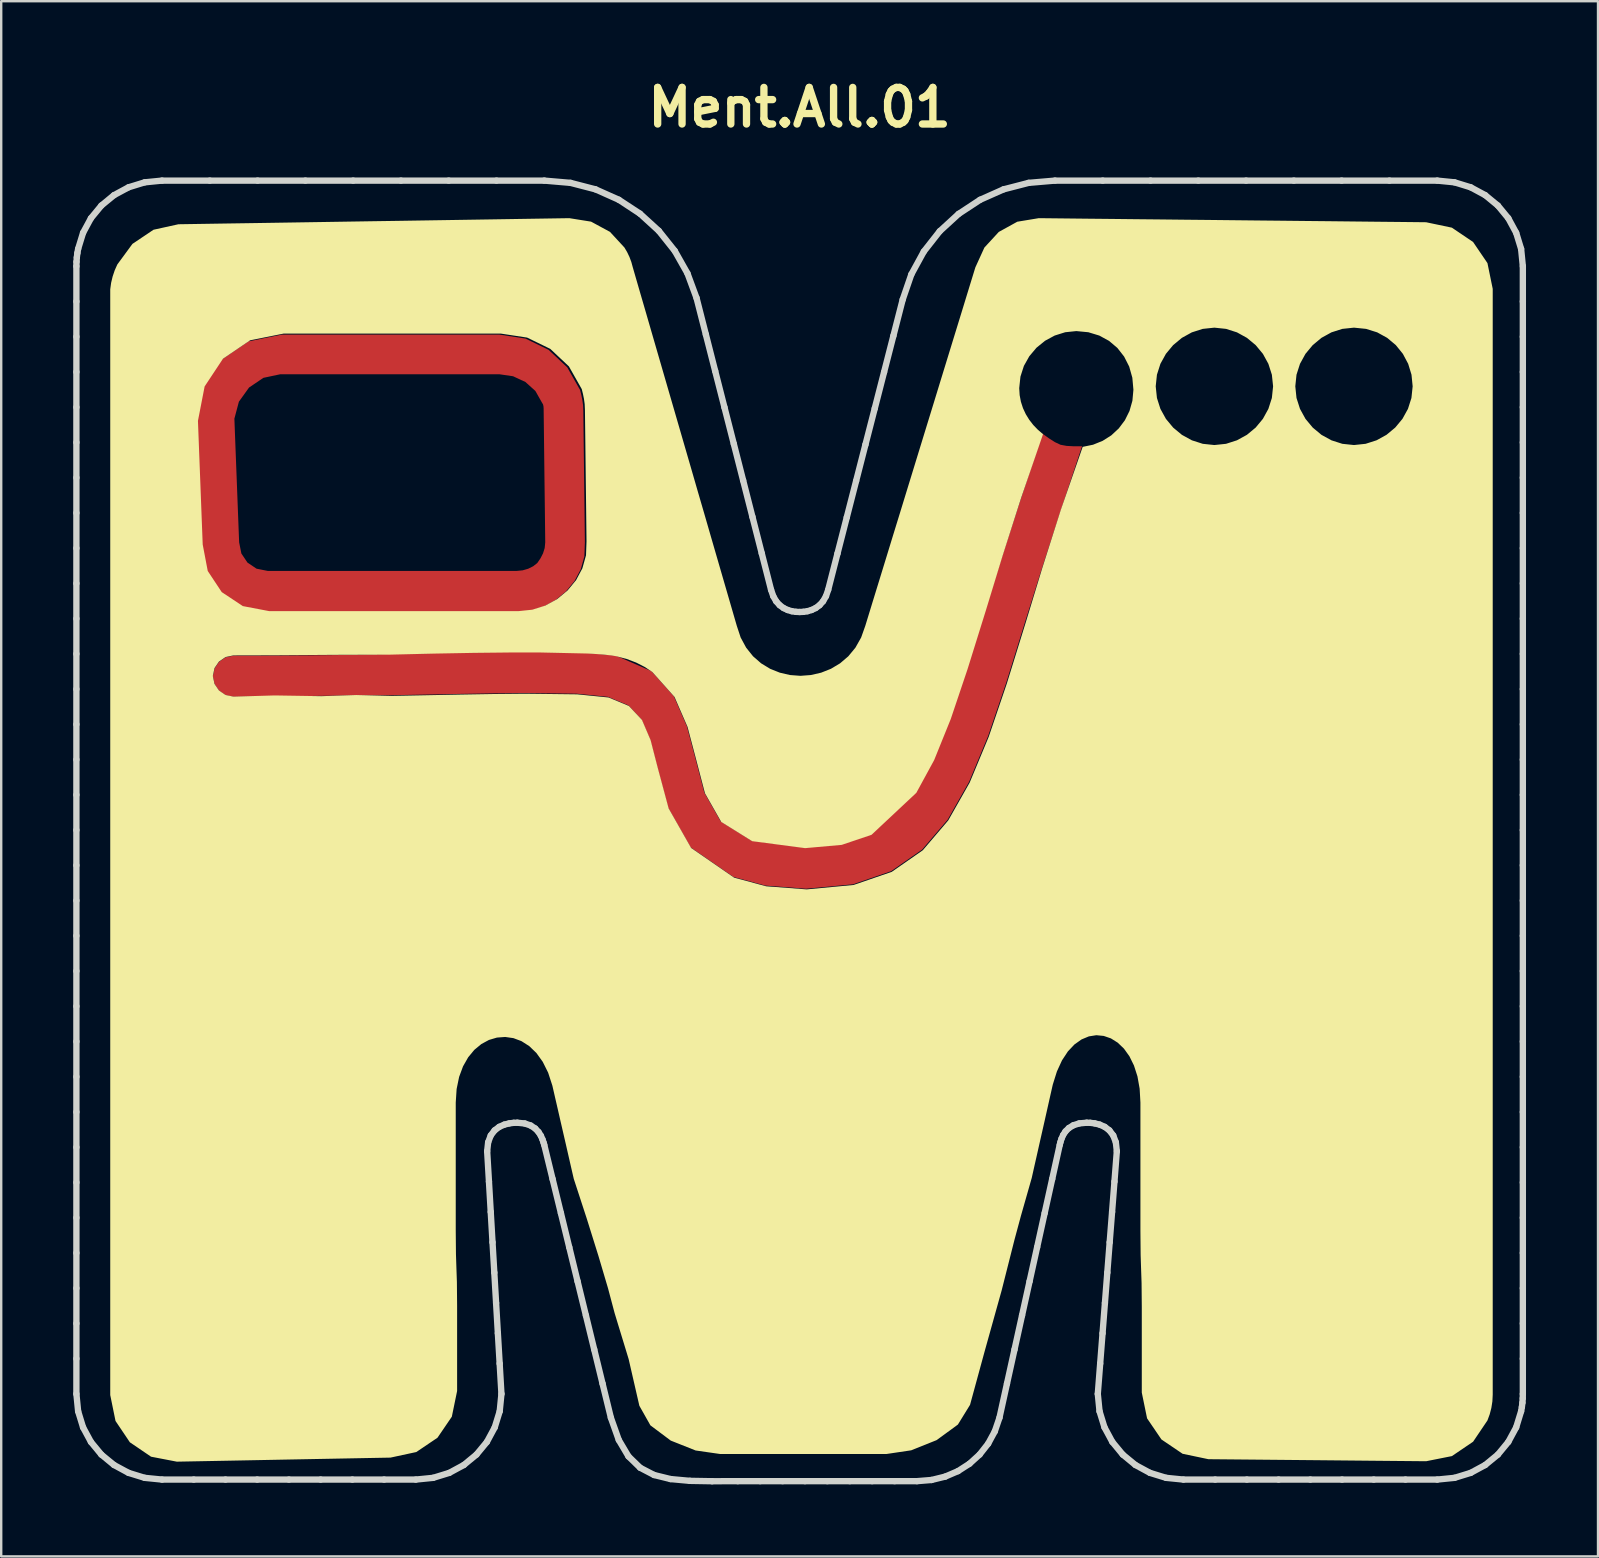
<source format=kicad_pcb>
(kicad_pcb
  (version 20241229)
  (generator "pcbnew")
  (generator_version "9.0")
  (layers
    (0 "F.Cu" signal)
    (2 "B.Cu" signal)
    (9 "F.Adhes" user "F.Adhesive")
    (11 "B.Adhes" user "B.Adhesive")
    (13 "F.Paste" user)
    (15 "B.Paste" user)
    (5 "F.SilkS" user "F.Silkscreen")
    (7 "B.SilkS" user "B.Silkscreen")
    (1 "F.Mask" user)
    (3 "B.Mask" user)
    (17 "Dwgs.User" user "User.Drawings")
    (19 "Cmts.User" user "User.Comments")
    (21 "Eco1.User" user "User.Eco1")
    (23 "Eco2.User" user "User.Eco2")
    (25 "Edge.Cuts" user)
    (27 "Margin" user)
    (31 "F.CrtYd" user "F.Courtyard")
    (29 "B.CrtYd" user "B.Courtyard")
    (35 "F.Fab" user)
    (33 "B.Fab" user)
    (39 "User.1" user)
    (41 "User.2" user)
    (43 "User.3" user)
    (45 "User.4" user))
  (footprint "Ment.All.01"
    (layer "F.Cu")
    (at 30.267 31.571)
    (property "Reference" "Ment.All.01" (at 0 -30.144 0) (layer "F.SilkS") (effects (font (size 1.524 1.524) (thickness 0.305))))
    (attr smd)
    (fp_poly (pts (xy 10.115 -16.557) (xy 9.837 -15.718) (xy 9.174 -13.707) (xy 8.387 -11.288) (xy 7.736 -9.222) (xy 6.971 -6.766) (xy 6.271 -4.69) (xy 5.579 -2.978) (xy 4.837 -1.614) (xy 2.969 0.136) (xy 1.727 0.555) (xy 0.203 0.691) (xy -2.006 0.4) (xy -3.291 -0.4) (xy -3.97 -1.595) (xy -4.357 -3.076) (xy -4.697 -4.36) (xy -5.241 -5.612) (xy -6.169 -6.654) (xy -7.661 -7.305) (xy -8.859 -7.418) (xy -10.85 -7.462) (xy -12.135 -7.461) (xy -13.609 -7.445) (xy -15.269 -7.415) (xy -17.111 -7.371) (xy -18.811 -7.333) (xy -20.498 -7.314) (xy -22.111 -7.306) (xy -23.587 -7.305) (xy -23.917 -7.236) (xy -24.19 -7.049) (xy -24.377 -6.776) (xy -24.447 -6.446) (xy -24.377 -6.117) (xy -24.19 -5.843) (xy -23.917 -5.656) (xy -23.587 -5.587) (xy -22.082 -5.598) (xy -20.465 -5.62) (xy -18.774 -5.643) (xy -17.045 -5.653) (xy -15.615 -5.68) (xy -14.181 -5.708) (xy -12.787 -5.731) (xy -11.478 -5.744) (xy -9.295 -5.718) (xy -7.992 -5.587) (xy -7.142 -5.235) (xy -6.596 -4.654) (xy -6.235 -3.812) (xy -5.943 -2.68) (xy -5.483 -0.964) (xy -4.547 0.683) (xy -2.755 1.921) (xy -1.421 2.28) (xy 0.269 2.409) (xy 2.222 2.225) (xy 3.813 1.678) (xy 5.106 0.778) (xy 6.167 -0.466) (xy 7.061 -2.044) (xy 7.852 -3.947) (xy 8.606 -6.167) (xy 9.389 -8.693) (xy 10.039 -10.759) (xy 10.826 -13.179) (xy 11.489 -15.189) (xy 11.768 -16.029) (xy 11.666 -16.026) (xy 11.423 -16.026) (xy 11.127 -16.042) (xy 10.871 -16.089) (xy 10.637 -16.199) (xy 10.39 -16.356) (xy 10.195 -16.496) (xy 10.115 -16.557) (xy 10.115 -16.557)) (stroke (width 0) (type solid)) (fill yes) (layer "F.Cu"))
    (fp_poly (pts (xy -22.163 -9.115) (xy -19.57 -9.115) (xy -11.542 -10.857) (xy -11.788 -10.833) (xy -14.382 -10.833) (xy -16.976 -10.833) (xy -19.57 -10.833) (xy -22.163 -10.833) (xy -22.628 -10.926) (xy -23.006 -11.18) (xy -23.26 -11.558) (xy -23.353 -12.023) (xy -23.403 -13.311) (xy -23.452 -14.6) (xy -23.502 -15.889) (xy -23.551 -17.177) (xy -23.363 -17.885) (xy -22.94 -18.474) (xy -22.343 -18.878) (xy -21.635 -19.028) (xy -19.355 -19.028) (xy -17.075 -19.028) (xy -14.795 -19.028) (xy -12.515 -19.028) (xy -11.939 -18.944) (xy -11.425 -18.705) (xy -11.01 -18.331) (xy -10.731 -17.838) (xy -10.693 -17.777) (xy -10.673 -17.698) (xy -10.666 -17.606) (xy -10.665 -17.508) (xy -10.648 -16.136) (xy -10.632 -14.765) (xy -10.615 -13.394) (xy -10.599 -12.023) (xy -10.622 -11.786) (xy -10.69 -11.568) (xy -10.794 -11.363) (xy -10.929 -11.164) (xy -11.101 -11.028) (xy -11.309 -10.924) (xy -11.542 -10.857) (xy -19.57 -9.115) (xy -16.976 -9.115) (xy -14.382 -9.115) (xy -11.788 -9.115) (xy -11.208 -9.175) (xy -10.665 -9.346) (xy -10.171 -9.617) (xy -9.74 -9.974) (xy -9.383 -10.406) (xy -9.12 -10.899) (xy -8.968 -11.442) (xy -8.947 -12.023) (xy -8.963 -13.394) (xy -8.98 -14.765) (xy -8.996 -16.136) (xy -9.013 -17.508) (xy -9.024 -17.744) (xy -9.054 -17.962) (xy -9.096 -18.168) (xy -9.145 -18.367) (xy -9.681 -19.314) (xy -10.458 -20.044) (xy -11.422 -20.514) (xy -12.515 -20.68) (xy -14.779 -20.68) (xy -17.042 -20.68) (xy -19.305 -20.68) (xy -21.569 -20.68) (xy -22.963 -20.4) (xy -24.096 -19.631) (xy -24.858 -18.477) (xy -25.137 -17.045) (xy -25.088 -15.756) (xy -25.038 -14.468) (xy -24.989 -13.179) (xy -24.939 -11.891) (xy -24.728 -10.788) (xy -24.146 -9.908) (xy -23.266 -9.326) (xy -22.163 -9.115) (xy -22.163 -9.115)) (stroke (width 0) (type solid)) (fill yes) (layer "F.Cu"))
    (fp_poly (pts (xy 10.115 -16.557) (xy 9.837 -15.718) (xy 9.174 -13.707) (xy 8.387 -11.288) (xy 7.736 -9.222) (xy 6.971 -6.766) (xy 6.271 -4.69) (xy 5.579 -2.978) (xy 4.837 -1.614) (xy 2.969 0.136) (xy 1.727 0.555) (xy 0.203 0.691) (xy -2.006 0.4) (xy -3.291 -0.4) (xy -3.97 -1.595) (xy -4.357 -3.076) (xy -4.697 -4.36) (xy -5.241 -5.612) (xy -6.169 -6.654) (xy -7.661 -7.305) (xy -8.859 -7.418) (xy -10.85 -7.462) (xy -12.135 -7.461) (xy -13.609 -7.445) (xy -15.269 -7.415) (xy -17.111 -7.371) (xy -18.811 -7.333) (xy -20.498 -7.314) (xy -22.111 -7.306) (xy -23.587 -7.305) (xy -23.917 -7.236) (xy -24.19 -7.049) (xy -24.377 -6.776) (xy -24.447 -6.446) (xy -24.377 -6.117) (xy -24.19 -5.843) (xy -23.917 -5.656) (xy -23.587 -5.587) (xy -22.082 -5.598) (xy -20.465 -5.62) (xy -18.774 -5.643) (xy -17.045 -5.653) (xy -15.615 -5.68) (xy -14.181 -5.708) (xy -12.787 -5.731) (xy -11.478 -5.744) (xy -9.295 -5.718) (xy -7.992 -5.587) (xy -7.142 -5.235) (xy -6.596 -4.654) (xy -6.235 -3.812) (xy -5.943 -2.68) (xy -5.483 -0.964) (xy -4.547 0.683) (xy -2.755 1.921) (xy -1.421 2.28) (xy 0.269 2.409) (xy 2.222 2.225) (xy 3.813 1.678) (xy 5.106 0.778) (xy 6.167 -0.466) (xy 7.061 -2.044) (xy 7.852 -3.947) (xy 8.606 -6.167) (xy 9.389 -8.693) (xy 10.039 -10.759) (xy 10.826 -13.179) (xy 11.489 -15.189) (xy 11.768 -16.029) (xy 11.666 -16.026) (xy 11.423 -16.026) (xy 11.127 -16.042) (xy 10.871 -16.089) (xy 10.637 -16.199) (xy 10.39 -16.356) (xy 10.195 -16.496) (xy 10.115 -16.557) (xy 10.115 -16.557)) (stroke (width 0) (type solid)) (fill yes) (layer "F.Mask"))
    (fp_poly (pts (xy -22.163 -9.115) (xy -19.57 -9.115) (xy -11.542 -10.857) (xy -11.788 -10.833) (xy -14.382 -10.833) (xy -16.976 -10.833) (xy -19.57 -10.833) (xy -22.163 -10.833) (xy -22.628 -10.926) (xy -23.006 -11.18) (xy -23.26 -11.558) (xy -23.353 -12.023) (xy -23.403 -13.311) (xy -23.452 -14.6) (xy -23.502 -15.889) (xy -23.551 -17.177) (xy -23.363 -17.885) (xy -22.94 -18.474) (xy -22.343 -18.878) (xy -21.635 -19.028) (xy -19.355 -19.028) (xy -17.075 -19.028) (xy -14.795 -19.028) (xy -12.515 -19.028) (xy -11.939 -18.944) (xy -11.425 -18.705) (xy -11.01 -18.331) (xy -10.731 -17.838) (xy -10.693 -17.777) (xy -10.673 -17.698) (xy -10.666 -17.606) (xy -10.665 -17.508) (xy -10.648 -16.136) (xy -10.632 -14.765) (xy -10.615 -13.394) (xy -10.599 -12.023) (xy -10.622 -11.786) (xy -10.69 -11.568) (xy -10.794 -11.363) (xy -10.929 -11.164) (xy -11.101 -11.028) (xy -11.309 -10.924) (xy -11.542 -10.857) (xy -19.57 -9.115) (xy -16.976 -9.115) (xy -14.382 -9.115) (xy -11.788 -9.115) (xy -11.208 -9.175) (xy -10.665 -9.346) (xy -10.171 -9.617) (xy -9.74 -9.974) (xy -9.383 -10.406) (xy -9.12 -10.899) (xy -8.968 -11.442) (xy -8.947 -12.023) (xy -8.963 -13.394) (xy -8.98 -14.765) (xy -8.996 -16.136) (xy -9.013 -17.508) (xy -9.024 -17.744) (xy -9.054 -17.962) (xy -9.096 -18.168) (xy -9.145 -18.367) (xy -9.681 -19.314) (xy -10.458 -20.044) (xy -11.422 -20.514) (xy -12.515 -20.68) (xy -14.779 -20.68) (xy -17.042 -20.68) (xy -19.305 -20.68) (xy -21.569 -20.68) (xy -22.963 -20.4) (xy -24.096 -19.631) (xy -24.858 -18.477) (xy -25.137 -17.045) (xy -25.088 -15.756) (xy -25.038 -14.468) (xy -24.989 -13.179) (xy -24.939 -11.891) (xy -24.728 -10.788) (xy -24.146 -9.908) (xy -23.266 -9.326) (xy -22.163 -9.115) (xy -22.163 -9.115)) (stroke (width 0) (type solid)) (fill yes) (layer "F.Mask"))
    (fp_poly (pts (xy -9.595 -25.531) (xy -7.859 -7.313) (xy -7.635 -7.278) (xy -7.199 -7.162) (xy -6.807 -7.013) (xy -6.456 -6.833) (xy -6.143 -6.627) (xy -5.214 -5.585) (xy -4.67 -4.333) (xy -4.331 -3.049) (xy -3.944 -1.569) (xy -3.265 -0.373) (xy -1.98 0.427) (xy 0.229 0.718) (xy 1.753 0.582) (xy 2.995 0.163) (xy 4.863 -1.587) (xy 5.606 -2.951) (xy 6.298 -4.663) (xy 6.997 -6.739) (xy 7.763 -9.195) (xy 8.453 -11.449) (xy 9.231 -13.88) (xy 10.142 -16.53) (xy 9.929 -16.713) (xy 9.736 -16.913) (xy 9.567 -17.131) (xy 9.423 -17.365) (xy 9.307 -17.614) (xy 9.221 -17.878) (xy 9.168 -18.156) (xy 9.15 -18.447) (xy 9.201 -18.929) (xy 9.345 -19.376) (xy 9.572 -19.78) (xy 9.869 -20.132) (xy 10.225 -20.422) (xy 10.628 -20.64) (xy 11.067 -20.778) (xy 11.529 -20.826) (xy 12.03 -20.778) (xy 12.487 -20.639) (xy 12.892 -20.418) (xy 13.239 -20.124) (xy 13.521 -19.764) (xy 13.732 -19.348) (xy 13.863 -18.884) (xy 13.908 -18.381) (xy 13.866 -17.923) (xy 13.745 -17.498) (xy 13.553 -17.111) (xy 13.297 -16.77) (xy 12.986 -16.481) (xy 12.626 -16.253) (xy 12.226 -16.091) (xy 11.794 -16.002) (xy 10.883 -13.38) (xy 10.105 -10.935) (xy 9.415 -8.666) (xy 8.633 -6.14) (xy 7.879 -3.921) (xy 7.087 -2.017) (xy 6.193 -0.439) (xy 5.132 0.805) (xy 3.839 1.705) (xy 2.248 2.252) (xy 0.295 2.436) (xy -1.395 2.307) (xy -2.729 1.947) (xy -4.521 0.709) (xy -5.457 -0.938) (xy -5.917 -2.652) (xy -6.209 -3.785) (xy -6.569 -4.627) (xy -7.116 -5.208) (xy -7.965 -5.56) (xy -9.269 -5.691) (xy -11.451 -5.717) (xy -12.76 -5.704) (xy -14.155 -5.681) (xy -15.589 -5.653) (xy -17.019 -5.626) (xy -18.473 -5.662) (xy -19.931 -5.614) (xy -21.873 -5.645) (xy -23.59 -5.595) (xy -23.919 -5.664) (xy -24.193 -5.851) (xy -24.38 -6.125) (xy -24.449 -6.455) (xy -24.38 -6.784) (xy -24.193 -7.057) (xy -23.919 -7.244) (xy -23.59 -7.314) (xy -21.81 -7.319) (xy -19.39 -7.336) (xy -17.085 -7.344) (xy -15.242 -7.388) (xy -13.582 -7.418) (xy -12.108 -7.434) (xy -10.824 -7.435) (xy -8.833 -7.391) (xy -8.458 -7.369) (xy -8.133 -7.343) (xy -7.859 -7.313) (xy -9.595 -25.531) (xy -21.501 -20.721) (xy -19.237 -20.721) (xy -16.974 -20.721) (xy -14.711 -20.721) (xy -12.447 -20.721) (xy -11.354 -20.555) (xy -10.39 -20.085) (xy -9.613 -19.355) (xy -9.077 -18.408) (xy -9.028 -18.209) (xy -8.986 -18.004) (xy -8.956 -17.786) (xy -8.945 -17.55) (xy -8.928 -16.178) (xy -8.912 -14.807) (xy -8.895 -13.436) (xy -8.879 -12.064) (xy -8.9 -11.484) (xy -9.052 -10.941) (xy -9.315 -10.448) (xy -9.672 -10.016) (xy -10.104 -9.658) (xy -10.597 -9.388) (xy -11.14 -9.217) (xy -11.72 -9.157) (xy -14.314 -9.157) (xy -16.908 -9.157) (xy -19.502 -9.157) (xy -22.095 -9.157) (xy -23.198 -9.367) (xy -24.078 -9.95) (xy -24.661 -10.83) (xy -24.871 -11.932) (xy -24.921 -13.221) (xy -24.97 -14.51) (xy -25.02 -15.798) (xy -25.069 -17.087) (xy -24.791 -18.519) (xy -24.028 -19.672) (xy -22.895 -20.442) (xy -21.501 -20.721) (xy -9.595 -25.531) (xy -10.613 -25.515) (xy -11.631 -25.499) (xy -12.649 -25.483) (xy -13.667 -25.467) (xy -14.685 -25.451) (xy -15.703 -25.435) (xy -16.721 -25.419) (xy -17.739 -25.404) (xy -18.757 -25.388) (xy -19.775 -25.372) (xy -20.793 -25.356) (xy -21.811 -25.34) (xy -22.829 -25.324) (xy -23.847 -25.309) (xy -24.865 -25.293) (xy -25.883 -25.277) (xy -26.922 -25.048) (xy -27.799 -24.459) (xy -28.429 -23.601) (xy -28.538 -23.356) (xy -28.624 -23.1) (xy -28.687 -22.837) (xy -28.724 -22.568) (xy -28.724 -19.688) (xy -28.724 -16.808) (xy -28.724 -13.929) (xy -28.724 -11.049) (xy -28.724 -8.17) (xy -28.724 -5.29) (xy -28.724 -2.41) (xy -28.724 0.469) (xy -28.724 3.349) (xy -28.724 6.228) (xy -28.724 9.108) (xy -28.724 11.987) (xy -28.724 14.867) (xy -28.724 17.746) (xy -28.724 20.626) (xy -28.724 23.506) (xy -28.504 24.585) (xy -27.906 25.474) (xy -27.023 26.074) (xy -25.949 26.281) (xy -23.723 26.239) (xy -21.498 26.196) (xy -19.272 26.154) (xy -17.047 26.112) (xy -15.972 25.88) (xy -15.089 25.284) (xy -14.491 24.407) (xy -14.271 23.337) (xy -14.271 22.893) (xy -14.271 22.448) (xy -14.271 22.004) (xy -14.271 21.56) (xy -14.271 21.115) (xy -14.271 20.671) (xy -14.271 20.227) (xy -14.271 19.783) (xy -14.28 18.793) (xy -14.3 18.216) (xy -14.319 17.638) (xy -14.328 16.649) (xy -14.328 16.205) (xy -14.328 15.76) (xy -14.328 15.316) (xy -14.328 14.872) (xy -14.328 14.428) (xy -14.328 13.983) (xy -14.328 13.539) (xy -14.328 13.095) (xy -14.328 12.651) (xy -14.328 12.207) (xy -14.328 11.762) (xy -14.328 11.318) (xy -14.291 10.753) (xy -14.187 10.249) (xy -14.024 9.809) (xy -13.81 9.433) (xy -13.554 9.123) (xy -13.263 8.882) (xy -12.946 8.71) (xy -12.612 8.611) (xy -12.269 8.585) (xy -11.924 8.634) (xy -11.587 8.761) (xy -11.266 8.966) (xy -10.968 9.252) (xy -10.703 9.621) (xy -10.478 10.073) (xy -10.302 10.613) (xy -10.191 11.098) (xy -10.079 11.583) (xy -9.968 12.069) (xy -9.856 12.554) (xy -9.744 13.04) (xy -9.633 13.526) (xy -9.522 14.011) (xy 24.816 -16.805) (xy 24.452 -16.503) (xy 24.038 -16.275) (xy 23.582 -16.129) (xy 23.098 -16.078) (xy 22.613 -16.129) (xy 22.158 -16.275) (xy 21.743 -16.503) (xy 21.38 -16.805) (xy 21.077 -17.169) (xy 20.849 -17.584) (xy 20.703 -18.039) (xy 20.653 -18.524) (xy 20.703 -19.008) (xy 20.849 -19.463) (xy 21.077 -19.878) (xy 21.38 -20.242) (xy 21.743 -20.544) (xy 22.158 -20.773) (xy 22.613 -20.918) (xy 23.098 -20.969) (xy 23.601 -20.918) (xy 24.065 -20.773) (xy 24.481 -20.544) (xy 24.841 -20.242) (xy 25.135 -19.878) (xy 25.356 -19.463) (xy 25.495 -19.008) (xy 25.543 -18.524) (xy 25.492 -18.039) (xy 25.347 -17.584) (xy 25.118 -17.169) (xy 24.816 -16.805) (xy -9.522 14.011) (xy -9.41 14.497) (xy -8.869 16.153) (xy -8.383 17.707) (xy -7.984 19.054) (xy 19.303 -17.169) (xy 19.001 -16.805) (xy 18.637 -16.503) (xy 18.222 -16.275) (xy 17.767 -16.129) (xy 17.282 -16.078) (xy 16.798 -16.129) (xy 16.343 -16.275) (xy 15.928 -16.503) (xy 15.564 -16.805) (xy 15.262 -17.169) (xy 15.033 -17.584) (xy 14.888 -18.039) (xy 14.837 -18.524) (xy 14.888 -19.008) (xy 15.033 -19.463) (xy 15.262 -19.878) (xy 15.564 -20.242) (xy 15.928 -20.544) (xy 16.343 -20.773) (xy 16.798 -20.918) (xy 17.282 -20.969) (xy 17.767 -20.918) (xy 18.222 -20.773) (xy 18.637 -20.544) (xy 19.001 -20.242) (xy 19.303 -19.878) (xy 19.531 -19.463) (xy 19.677 -19.008) (xy 19.728 -18.524) (xy 19.677 -18.039) (xy 19.531 -17.584) (xy 19.303 -17.169) (xy -7.984 19.054) (xy -7.709 20.088) (xy -7.563 20.569) (xy -7.416 21.05) (xy -7.269 21.53) (xy -7.123 22.011) (xy -6.677 23.953) (xy -6.217 24.768) (xy -5.369 25.403) (xy -4.334 25.815) (xy -3.317 25.961) (xy -1.582 25.961) (xy 0.153 25.961) (xy 1.887 25.961) (xy 3.622 25.961) (xy 4.649 25.808) (xy 5.709 25.383) (xy 6.595 24.735) (xy 7.101 23.913) (xy 7.708 21.689) (xy 7.885 21.055) (xy 8.062 20.421) (xy 8.239 19.786) (xy 8.416 19.153) (xy 8.732 17.906) (xy 8.955 17.026) (xy 9.222 16.036) (xy 9.672 14.457) (xy 9.781 13.971) (xy 9.891 13.486) (xy 10 13) (xy 10.11 12.515) (xy 10.22 12.029) (xy 10.329 11.544) (xy 10.438 11.058) (xy 10.548 10.572) (xy 10.72 10.023) (xy 10.932 9.561) (xy 11.179 9.186) (xy 11.453 8.896) (xy 11.747 8.688) (xy 12.052 8.561) (xy 12.363 8.512) (xy 12.671 8.542) (xy 12.971 8.645) (xy 13.254 8.823) (xy 13.513 9.071) (xy 13.741 9.389) (xy 13.931 9.775) (xy 14.076 10.226) (xy 14.168 10.741) (xy 14.2 11.318) (xy 14.2 11.765) (xy 14.2 12.211) (xy 14.2 12.657) (xy 14.2 13.103) (xy 14.2 13.549) (xy 14.2 13.996) (xy 14.2 14.442) (xy 14.2 14.888) (xy 14.2 15.335) (xy 14.2 15.781) (xy 14.2 16.227) (xy 14.2 16.674) (xy 14.209 17.669) (xy 14.228 18.253) (xy 14.248 18.837) (xy 14.257 19.832) (xy 14.257 20.279) (xy 14.257 20.725) (xy 14.257 21.171) (xy 14.257 21.618) (xy 14.257 22.064) (xy 14.257 22.51) (xy 14.257 22.956) (xy 14.257 23.403) (xy 14.477 24.476) (xy 15.075 25.355) (xy 15.957 25.952) (xy 17.033 26.178) (xy 19.3 26.199) (xy 21.568 26.22) (xy 23.836 26.242) (xy 26.103 26.263) (xy 27.178 26.049) (xy 28.061 25.45) (xy 28.659 24.564) (xy 28.753 24.309) (xy 28.822 24.043) (xy 28.865 23.769) (xy 28.879 23.487) (xy 28.879 20.608) (xy 28.879 17.728) (xy 28.879 14.849) (xy 28.879 11.969) (xy 28.879 9.09) (xy 28.879 6.21) (xy 28.879 3.33) (xy 28.879 0.451) (xy 28.879 -2.429) (xy 28.879 -5.309) (xy 28.879 -8.188) (xy 28.879 -11.068) (xy 28.879 -13.947) (xy 28.879 -16.827) (xy 28.879 -19.707) (xy 28.879 -22.586) (xy 28.659 -23.659) (xy 28.061 -24.538) (xy 27.178 -25.135) (xy 26.103 -25.361) (xy 25.095 -25.372) (xy 24.087 -25.382) (xy 23.078 -25.393) (xy 22.069 -25.404) (xy 21.06 -25.414) (xy 20.052 -25.425) (xy 19.044 -25.435) (xy 18.035 -25.446) (xy 17.026 -25.457) (xy 16.018 -25.467) (xy 15.009 -25.478) (xy 14 -25.488) (xy 12.992 -25.499) (xy 11.984 -25.509) (xy 10.975 -25.52) (xy 9.966 -25.531) (xy 9.07 -25.383) (xy 8.298 -24.957) (xy 7.699 -24.306) (xy 7.323 -23.482) (xy 7.036 -22.549) (xy 6.75 -21.615) (xy 6.463 -20.682) (xy 6.176 -19.748) (xy 5.889 -18.814) (xy 5.603 -17.88) (xy 5.316 -16.947) (xy 5.029 -16.013) (xy 4.743 -15.08) (xy 4.456 -14.146) (xy 4.17 -13.213) (xy 3.882 -12.279) (xy 3.596 -11.345) (xy 3.309 -10.411) (xy 3.022 -9.478) (xy 2.736 -8.544) (xy 2.563 -8.057) (xy 2.324 -7.634) (xy 2.029 -7.276) (xy 1.686 -6.983) (xy 1.305 -6.755) (xy 0.897 -6.593) (xy 0.47 -6.495) (xy 0.035 -6.462) (xy -0.4 -6.495) (xy -0.824 -6.593) (xy -1.229 -6.755) (xy -1.604 -6.983) (xy -1.94 -7.276) (xy -2.227 -7.634) (xy -2.456 -8.057) (xy -2.617 -8.544) (xy -2.888 -9.478) (xy -3.159 -10.411) (xy -3.43 -11.345) (xy -3.701 -12.279) (xy -3.971 -13.213) (xy -4.243 -14.146) (xy -4.513 -15.08) (xy -4.784 -16.013) (xy -5.055 -16.947) (xy -5.326 -17.88) (xy -5.597 -18.814) (xy -5.868 -19.748) (xy -6.139 -20.682) (xy -6.409 -21.615) (xy -6.681 -22.549) (xy -6.951 -23.482) (xy -7.011 -23.702) (xy -7.089 -23.912) (xy -7.186 -24.115) (xy -7.299 -24.307) (xy -7.902 -24.96) (xy -8.689 -25.386) (xy -9.595 -25.531)) (stroke (width 0) (type solid)) (fill yes) (layer "F.SilkS"))
    (fp_line (start -30.134 -23.528) (end -30.13 -23.712) (stroke (width 0.264) (type solid)) (layer "Edge.Cuts"))
    (fp_line (start -30.134 -22.059) (end -30.134 -23.528) (stroke (width 0.264) (type solid)) (layer "Edge.Cuts"))
    (fp_line (start -30.134 -20.591) (end -30.134 -22.059) (stroke (width 0.264) (type solid)) (layer "Edge.Cuts"))
    (fp_line (start -30.134 -19.123) (end -30.134 -20.591) (stroke (width 0.264) (type solid)) (layer "Edge.Cuts"))
    (fp_line (start -30.134 -17.654) (end -30.134 -19.123) (stroke (width 0.264) (type solid)) (layer "Edge.Cuts"))
    (fp_line (start -30.134 -16.186) (end -30.134 -17.654) (stroke (width 0.264) (type solid)) (layer "Edge.Cuts"))
    (fp_line (start -30.134 -14.718) (end -30.134 -16.186) (stroke (width 0.264) (type solid)) (layer "Edge.Cuts"))
    (fp_line (start -30.134 -13.249) (end -30.134 -14.718) (stroke (width 0.264) (type solid)) (layer "Edge.Cuts"))
    (fp_line (start -30.134 -11.781) (end -30.134 -13.249) (stroke (width 0.264) (type solid)) (layer "Edge.Cuts"))
    (fp_line (start -30.134 -10.313) (end -30.134 -11.781) (stroke (width 0.264) (type solid)) (layer "Edge.Cuts"))
    (fp_line (start -30.134 -8.844) (end -30.134 -10.313) (stroke (width 0.264) (type solid)) (layer "Edge.Cuts"))
    (fp_line (start -30.134 -7.376) (end -30.134 -8.844) (stroke (width 0.264) (type solid)) (layer "Edge.Cuts"))
    (fp_line (start -30.134 -5.908) (end -30.134 -7.376) (stroke (width 0.264) (type solid)) (layer "Edge.Cuts"))
    (fp_line (start -30.134 -4.44) (end -30.134 -5.908) (stroke (width 0.264) (type solid)) (layer "Edge.Cuts"))
    (fp_line (start -30.134 -2.971) (end -30.134 -4.44) (stroke (width 0.264) (type solid)) (layer "Edge.Cuts"))
    (fp_line (start -30.134 -1.503) (end -30.134 -2.971) (stroke (width 0.264) (type solid)) (layer "Edge.Cuts"))
    (fp_line (start -30.134 -0.035) (end -30.134 -1.503) (stroke (width 0.264) (type solid)) (layer "Edge.Cuts"))
    (fp_line (start -30.134 1.434) (end -30.134 -0.035) (stroke (width 0.264) (type solid)) (layer "Edge.Cuts"))
    (fp_line (start -30.134 2.902) (end -30.134 1.434) (stroke (width 0.264) (type solid)) (layer "Edge.Cuts"))
    (fp_line (start -30.134 4.37) (end -30.134 2.902) (stroke (width 0.264) (type solid)) (layer "Edge.Cuts"))
    (fp_line (start -30.134 5.839) (end -30.134 4.37) (stroke (width 0.264) (type solid)) (layer "Edge.Cuts"))
    (fp_line (start -30.134 7.307) (end -30.134 5.839) (stroke (width 0.264) (type solid)) (layer "Edge.Cuts"))
    (fp_line (start -30.134 8.775) (end -30.134 7.307) (stroke (width 0.264) (type solid)) (layer "Edge.Cuts"))
    (fp_line (start -30.134 10.244) (end -30.134 8.775) (stroke (width 0.264) (type solid)) (layer "Edge.Cuts"))
    (fp_line (start -30.134 11.712) (end -30.134 10.244) (stroke (width 0.264) (type solid)) (layer "Edge.Cuts"))
    (fp_line (start -30.134 13.18) (end -30.134 11.712) (stroke (width 0.264) (type solid)) (layer "Edge.Cuts"))
    (fp_line (start -30.134 14.648) (end -30.134 13.18) (stroke (width 0.264) (type solid)) (layer "Edge.Cuts"))
    (fp_line (start -30.134 16.117) (end -30.134 14.648) (stroke (width 0.264) (type solid)) (layer "Edge.Cuts"))
    (fp_line (start -30.134 17.585) (end -30.134 16.117) (stroke (width 0.264) (type solid)) (layer "Edge.Cuts"))
    (fp_line (start -30.134 19.053) (end -30.134 17.585) (stroke (width 0.264) (type solid)) (layer "Edge.Cuts"))
    (fp_line (start -30.134 20.522) (end -30.134 19.053) (stroke (width 0.264) (type solid)) (layer "Edge.Cuts"))
    (fp_line (start -30.134 21.99) (end -30.134 20.522) (stroke (width 0.264) (type solid)) (layer "Edge.Cuts"))
    (fp_line (start -30.134 23.458) (end -30.134 21.99) (stroke (width 0.264) (type solid)) (layer "Edge.Cuts"))
    (fp_line (start -30.13 -23.712) (end -30.116 -23.894) (stroke (width 0.264) (type solid)) (layer "Edge.Cuts"))
    (fp_line (start -30.116 -23.894) (end -30.094 -24.074) (stroke (width 0.264) (type solid)) (layer "Edge.Cuts"))
    (fp_line (start -30.094 -24.074) (end -30.062 -24.25) (stroke (width 0.264) (type solid)) (layer "Edge.Cuts"))
    (fp_line (start -30.062 -24.25) (end -29.856 -24.921) (stroke (width 0.264) (type solid)) (layer "Edge.Cuts"))
    (fp_line (start -30.062 24.181) (end -30.134 23.458) (stroke (width 0.264) (type solid)) (layer "Edge.Cuts"))
    (fp_line (start -29.856 -24.921) (end -29.528 -25.528) (stroke (width 0.264) (type solid)) (layer "Edge.Cuts"))
    (fp_line (start -29.856 24.852) (end -30.062 24.181) (stroke (width 0.264) (type solid)) (layer "Edge.Cuts"))
    (fp_line (start -29.528 -25.528) (end -29.094 -26.055) (stroke (width 0.264) (type solid)) (layer "Edge.Cuts"))
    (fp_line (start -29.528 25.459) (end -29.856 24.852) (stroke (width 0.264) (type solid)) (layer "Edge.Cuts"))
    (fp_line (start -29.094 -26.055) (end -28.566 -26.49) (stroke (width 0.264) (type solid)) (layer "Edge.Cuts"))
    (fp_line (start -29.094 25.986) (end -29.528 25.459) (stroke (width 0.264) (type solid)) (layer "Edge.Cuts"))
    (fp_line (start -28.566 -26.49) (end -27.96 -26.817) (stroke (width 0.264) (type solid)) (layer "Edge.Cuts"))
    (fp_line (start -28.566 26.42) (end -29.094 25.986) (stroke (width 0.264) (type solid)) (layer "Edge.Cuts"))
    (fp_line (start -27.96 -26.817) (end -27.288 -27.024) (stroke (width 0.264) (type solid)) (layer "Edge.Cuts"))
    (fp_line (start -27.96 26.748) (end -28.566 26.42) (stroke (width 0.264) (type solid)) (layer "Edge.Cuts"))
    (fp_line (start -27.288 -27.024) (end -26.566 -27.096) (stroke (width 0.264) (type solid)) (layer "Edge.Cuts"))
    (fp_line (start -27.288 26.955) (end -27.96 26.748) (stroke (width 0.264) (type solid)) (layer "Edge.Cuts"))
    (fp_line (start -26.566 -27.096) (end -24.575 -27.096) (stroke (width 0.264) (type solid)) (layer "Edge.Cuts"))
    (fp_line (start -26.566 27.027) (end -27.288 26.955) (stroke (width 0.264) (type solid)) (layer "Edge.Cuts"))
    (fp_line (start -25.244 27.027) (end -26.566 27.027) (stroke (width 0.264) (type solid)) (layer "Edge.Cuts"))
    (fp_line (start -24.575 -27.096) (end -22.584 -27.096) (stroke (width 0.264) (type solid)) (layer "Edge.Cuts"))
    (fp_line (start -23.922 27.027) (end -25.244 27.027) (stroke (width 0.264) (type solid)) (layer "Edge.Cuts"))
    (fp_line (start -22.601 27.027) (end -23.922 27.027) (stroke (width 0.264) (type solid)) (layer "Edge.Cuts"))
    (fp_line (start -22.584 -27.096) (end -20.593 -27.096) (stroke (width 0.264) (type solid)) (layer "Edge.Cuts"))
    (fp_line (start -21.279 27.027) (end -22.601 27.027) (stroke (width 0.264) (type solid)) (layer "Edge.Cuts"))
    (fp_line (start -20.593 -27.096) (end -18.603 -27.096) (stroke (width 0.264) (type solid)) (layer "Edge.Cuts"))
    (fp_line (start -19.957 27.027) (end -21.279 27.027) (stroke (width 0.264) (type solid)) (layer "Edge.Cuts"))
    (fp_line (start -18.636 27.027) (end -19.957 27.027) (stroke (width 0.264) (type solid)) (layer "Edge.Cuts"))
    (fp_line (start -18.603 -27.096) (end -16.612 -27.096) (stroke (width 0.264) (type solid)) (layer "Edge.Cuts"))
    (fp_line (start -17.314 27.027) (end -18.636 27.027) (stroke (width 0.264) (type solid)) (layer "Edge.Cuts"))
    (fp_line (start -16.612 -27.096) (end -14.621 -27.096) (stroke (width 0.264) (type solid)) (layer "Edge.Cuts"))
    (fp_line (start -15.992 27.027) (end -17.314 27.027) (stroke (width 0.264) (type solid)) (layer "Edge.Cuts"))
    (fp_line (start -15.27 26.955) (end -15.992 27.027) (stroke (width 0.264) (type solid)) (layer "Edge.Cuts"))
    (fp_line (start -14.621 -27.096) (end -12.63 -27.096) (stroke (width 0.264) (type solid)) (layer "Edge.Cuts"))
    (fp_line (start -14.598 26.748) (end -15.27 26.955) (stroke (width 0.264) (type solid)) (layer "Edge.Cuts"))
    (fp_line (start -13.992 26.42) (end -14.598 26.748) (stroke (width 0.264) (type solid)) (layer "Edge.Cuts"))
    (fp_line (start -13.465 25.986) (end -13.992 26.42) (stroke (width 0.264) (type solid)) (layer "Edge.Cuts"))
    (fp_line (start -13.03 25.459) (end -13.465 25.986) (stroke (width 0.264) (type solid)) (layer "Edge.Cuts"))
    (fp_line (start -13.019 13.347) (end -12.944 14.611) (stroke (width 0.264) (type solid)) (layer "Edge.Cuts"))
    (fp_line (start -12.978 12.974) (end -13.019 13.347) (stroke (width 0.264) (type solid)) (layer "Edge.Cuts"))
    (fp_line (start -12.944 14.611) (end -12.87 15.875) (stroke (width 0.264) (type solid)) (layer "Edge.Cuts"))
    (fp_line (start -12.87 15.875) (end -12.796 17.139) (stroke (width 0.264) (type solid)) (layer "Edge.Cuts"))
    (fp_line (start -12.869 12.688) (end -12.978 12.974) (stroke (width 0.264) (type solid)) (layer "Edge.Cuts"))
    (fp_line (start -12.796 17.139) (end -12.721 18.403) (stroke (width 0.264) (type solid)) (layer "Edge.Cuts"))
    (fp_line (start -12.721 18.403) (end -12.647 19.667) (stroke (width 0.264) (type solid)) (layer "Edge.Cuts"))
    (fp_line (start -12.708 12.477) (end -12.869 12.688) (stroke (width 0.264) (type solid)) (layer "Edge.Cuts"))
    (fp_line (start -12.703 24.852) (end -13.03 25.459) (stroke (width 0.264) (type solid)) (layer "Edge.Cuts"))
    (fp_line (start -12.647 19.667) (end -12.573 20.931) (stroke (width 0.264) (type solid)) (layer "Edge.Cuts"))
    (fp_line (start -12.63 -27.096) (end -10.64 -27.096) (stroke (width 0.264) (type solid)) (layer "Edge.Cuts"))
    (fp_line (start -12.573 20.931) (end -12.498 22.194) (stroke (width 0.264) (type solid)) (layer "Edge.Cuts"))
    (fp_line (start -12.515 12.331) (end -12.708 12.477) (stroke (width 0.264) (type solid)) (layer "Edge.Cuts"))
    (fp_line (start -12.498 22.194) (end -12.424 23.458) (stroke (width 0.264) (type solid)) (layer "Edge.Cuts"))
    (fp_line (start -12.496 24.181) (end -12.703 24.852) (stroke (width 0.264) (type solid)) (layer "Edge.Cuts"))
    (fp_line (start -12.424 23.458) (end -12.496 24.181) (stroke (width 0.264) (type solid)) (layer "Edge.Cuts"))
    (fp_line (start -12.305 12.238) (end -12.515 12.331) (stroke (width 0.264) (type solid)) (layer "Edge.Cuts"))
    (fp_line (start -12.099 12.186) (end -12.305 12.238) (stroke (width 0.264) (type solid)) (layer "Edge.Cuts"))
    (fp_line (start -11.912 12.163) (end -12.099 12.186) (stroke (width 0.264) (type solid)) (layer "Edge.Cuts"))
    (fp_line (start -11.763 12.158) (end -11.912 12.163) (stroke (width 0.264) (type solid)) (layer "Edge.Cuts"))
    (fp_line (start -11.452 12.19) (end -11.763 12.158) (stroke (width 0.264) (type solid)) (layer "Edge.Cuts"))
    (fp_line (start -11.206 12.275) (end -11.452 12.19) (stroke (width 0.264) (type solid)) (layer "Edge.Cuts"))
    (fp_line (start -11.018 12.398) (end -11.206 12.275) (stroke (width 0.264) (type solid)) (layer "Edge.Cuts"))
    (fp_line (start -10.879 12.546) (end -11.018 12.398) (stroke (width 0.264) (type solid)) (layer "Edge.Cuts"))
    (fp_line (start -10.78 12.703) (end -10.879 12.546) (stroke (width 0.264) (type solid)) (layer "Edge.Cuts"))
    (fp_line (start -10.713 12.855) (end -10.78 12.703) (stroke (width 0.264) (type solid)) (layer "Edge.Cuts"))
    (fp_line (start -10.669 12.986) (end -10.713 12.855) (stroke (width 0.264) (type solid)) (layer "Edge.Cuts"))
    (fp_line (start -10.64 -27.096) (end -9.546 -27.002) (stroke (width 0.264) (type solid)) (layer "Edge.Cuts"))
    (fp_line (start -10.64 13.083) (end -10.669 12.986) (stroke (width 0.264) (type solid)) (layer "Edge.Cuts"))
    (fp_line (start -10.293 14.504) (end -10.64 13.083) (stroke (width 0.264) (type solid)) (layer "Edge.Cuts"))
    (fp_line (start -9.946 15.925) (end -10.293 14.504) (stroke (width 0.264) (type solid)) (layer "Edge.Cuts"))
    (fp_line (start -9.599 17.346) (end -9.946 15.925) (stroke (width 0.264) (type solid)) (layer "Edge.Cuts"))
    (fp_line (start -9.546 -27.002) (end -8.505 -26.732) (stroke (width 0.264) (type solid)) (layer "Edge.Cuts"))
    (fp_line (start -9.252 18.766) (end -9.599 17.346) (stroke (width 0.264) (type solid)) (layer "Edge.Cuts"))
    (fp_line (start -8.905 20.187) (end -9.252 18.766) (stroke (width 0.264) (type solid)) (layer "Edge.Cuts"))
    (fp_line (start -8.558 21.608) (end -8.905 20.187) (stroke (width 0.264) (type solid)) (layer "Edge.Cuts"))
    (fp_line (start -8.505 -26.732) (end -7.534 -26.298) (stroke (width 0.264) (type solid)) (layer "Edge.Cuts"))
    (fp_line (start -8.211 23.029) (end -8.558 21.608) (stroke (width 0.264) (type solid)) (layer "Edge.Cuts"))
    (fp_line (start -7.864 24.45) (end -8.211 23.029) (stroke (width 0.264) (type solid)) (layer "Edge.Cuts"))
    (fp_line (start -7.534 -26.298) (end -6.65 -25.717) (stroke (width 0.264) (type solid)) (layer "Edge.Cuts"))
    (fp_line (start -7.534 25.379) (end -7.864 24.45) (stroke (width 0.264) (type solid)) (layer "Edge.Cuts"))
    (fp_line (start -7.131 26.061) (end -7.534 25.379) (stroke (width 0.264) (type solid)) (layer "Edge.Cuts"))
    (fp_line (start -6.65 -25.717) (end -5.867 -25.002) (stroke (width 0.264) (type solid)) (layer "Edge.Cuts"))
    (fp_line (start -6.644 26.535) (end -7.131 26.061) (stroke (width 0.264) (type solid)) (layer "Edge.Cuts"))
    (fp_line (start -6.063 26.837) (end -6.644 26.535) (stroke (width 0.264) (type solid)) (layer "Edge.Cuts"))
    (fp_line (start -5.867 -25.002) (end -5.203 -24.169) (stroke (width 0.264) (type solid)) (layer "Edge.Cuts"))
    (fp_line (start -5.377 27.006) (end -6.063 26.837) (stroke (width 0.264) (type solid)) (layer "Edge.Cuts"))
    (fp_line (start -5.203 -24.169) (end -4.674 -23.232) (stroke (width 0.264) (type solid)) (layer "Edge.Cuts"))
    (fp_line (start -4.674 -23.232) (end -4.295 -22.206) (stroke (width 0.264) (type solid)) (layer "Edge.Cuts"))
    (fp_line (start -4.574 27.08) (end -5.377 27.006) (stroke (width 0.264) (type solid)) (layer "Edge.Cuts"))
    (fp_line (start -4.295 -22.206) (end -3.907 -20.686) (stroke (width 0.264) (type solid)) (layer "Edge.Cuts"))
    (fp_line (start -3.907 -20.686) (end -3.519 -19.166) (stroke (width 0.264) (type solid)) (layer "Edge.Cuts"))
    (fp_line (start -3.645 27.096) (end -4.574 27.08) (stroke (width 0.264) (type solid)) (layer "Edge.Cuts"))
    (fp_line (start -3.519 -19.166) (end -3.131 -17.646) (stroke (width 0.264) (type solid)) (layer "Edge.Cuts"))
    (fp_line (start -3.131 -17.646) (end -2.742 -16.126) (stroke (width 0.264) (type solid)) (layer "Edge.Cuts"))
    (fp_line (start -2.742 -16.126) (end -2.354 -14.606) (stroke (width 0.264) (type solid)) (layer "Edge.Cuts"))
    (fp_line (start -2.577 27.093) (end -3.645 27.096) (stroke (width 0.264) (type solid)) (layer "Edge.Cuts"))
    (fp_line (start -2.354 -14.606) (end -1.966 -13.086) (stroke (width 0.264) (type solid)) (layer "Edge.Cuts"))
    (fp_line (start -1.966 -13.086) (end -1.578 -11.566) (stroke (width 0.264) (type solid)) (layer "Edge.Cuts"))
    (fp_line (start -1.644 27.093) (end -2.577 27.093) (stroke (width 0.264) (type solid)) (layer "Edge.Cuts"))
    (fp_line (start -1.578 -11.566) (end -1.19 -10.046) (stroke (width 0.264) (type solid)) (layer "Edge.Cuts"))
    (fp_line (start -1.19 -10.046) (end -1.098 -9.779) (stroke (width 0.264) (type solid)) (layer "Edge.Cuts"))
    (fp_line (start -1.098 -9.779) (end -0.976 -9.567) (stroke (width 0.264) (type solid)) (layer "Edge.Cuts"))
    (fp_line (start -0.976 -9.567) (end -0.831 -9.405) (stroke (width 0.264) (type solid)) (layer "Edge.Cuts"))
    (fp_line (start -0.831 -9.405) (end -0.669 -9.286) (stroke (width 0.264) (type solid)) (layer "Edge.Cuts"))
    (fp_line (start -0.71 27.093) (end -1.644 27.093) (stroke (width 0.264) (type solid)) (layer "Edge.Cuts"))
    (fp_line (start -0.669 -9.286) (end -0.498 -9.205) (stroke (width 0.264) (type solid)) (layer "Edge.Cuts"))
    (fp_line (start -0.498 -9.205) (end -0.325 -9.154) (stroke (width 0.264) (type solid)) (layer "Edge.Cuts"))
    (fp_line (start -0.325 -9.154) (end -0.157 -9.128) (stroke (width 0.264) (type solid)) (layer "Edge.Cuts"))
    (fp_line (start -0.157 -9.128) (end 0.000001 -9.121) (stroke (width 0.264) (type solid)) (layer "Edge.Cuts"))
    (fp_line (start 0.000001 -9.121) (end 0.157 -9.128) (stroke (width 0.264) (type solid)) (layer "Edge.Cuts"))
    (fp_line (start 0.157 -9.128) (end 0.325 -9.154) (stroke (width 0.264) (type solid)) (layer "Edge.Cuts"))
    (fp_line (start 0.223 27.093) (end -0.71 27.093) (stroke (width 0.264) (type solid)) (layer "Edge.Cuts"))
    (fp_line (start 0.325 -9.154) (end 0.498 -9.205) (stroke (width 0.264) (type solid)) (layer "Edge.Cuts"))
    (fp_line (start 0.498 -9.205) (end 0.669 -9.286) (stroke (width 0.264) (type solid)) (layer "Edge.Cuts"))
    (fp_line (start 0.669 -9.286) (end 0.831 -9.405) (stroke (width 0.264) (type solid)) (layer "Edge.Cuts"))
    (fp_line (start 0.831 -9.405) (end 0.976 -9.567) (stroke (width 0.264) (type solid)) (layer "Edge.Cuts"))
    (fp_line (start 0.976 -9.567) (end 1.098 -9.779) (stroke (width 0.264) (type solid)) (layer "Edge.Cuts"))
    (fp_line (start 1.098 -9.779) (end 1.19 -10.046) (stroke (width 0.264) (type solid)) (layer "Edge.Cuts"))
    (fp_line (start 1.156 27.093) (end 0.223 27.093) (stroke (width 0.264) (type solid)) (layer "Edge.Cuts"))
    (fp_line (start 1.19 -10.046) (end 1.578 -11.558) (stroke (width 0.264) (type solid)) (layer "Edge.Cuts"))
    (fp_line (start 1.578 -11.558) (end 1.966 -13.07) (stroke (width 0.264) (type solid)) (layer "Edge.Cuts"))
    (fp_line (start 1.966 -13.07) (end 2.354 -14.581) (stroke (width 0.264) (type solid)) (layer "Edge.Cuts"))
    (fp_line (start 2.09 27.093) (end 1.156 27.093) (stroke (width 0.264) (type solid)) (layer "Edge.Cuts"))
    (fp_line (start 2.354 -14.581) (end 2.742 -16.093) (stroke (width 0.264) (type solid)) (layer "Edge.Cuts"))
    (fp_line (start 2.742 -16.093) (end 3.131 -17.605) (stroke (width 0.264) (type solid)) (layer "Edge.Cuts"))
    (fp_line (start 3.023 27.093) (end 2.09 27.093) (stroke (width 0.264) (type solid)) (layer "Edge.Cuts"))
    (fp_line (start 3.131 -17.605) (end 3.519 -19.116) (stroke (width 0.264) (type solid)) (layer "Edge.Cuts"))
    (fp_line (start 3.519 -19.116) (end 3.907 -20.628) (stroke (width 0.264) (type solid)) (layer "Edge.Cuts"))
    (fp_line (start 3.907 -20.628) (end 4.295 -22.14) (stroke (width 0.264) (type solid)) (layer "Edge.Cuts"))
    (fp_line (start 3.957 27.093) (end 3.023 27.093) (stroke (width 0.264) (type solid)) (layer "Edge.Cuts"))
    (fp_line (start 4.295 -22.14) (end 4.655 -23.188) (stroke (width 0.264) (type solid)) (layer "Edge.Cuts"))
    (fp_line (start 4.655 -23.188) (end 5.175 -24.141) (stroke (width 0.264) (type solid)) (layer "Edge.Cuts"))
    (fp_line (start 4.89 27.093) (end 3.957 27.093) (stroke (width 0.264) (type solid)) (layer "Edge.Cuts"))
    (fp_line (start 5.175 -24.141) (end 5.838 -24.986) (stroke (width 0.264) (type solid)) (layer "Edge.Cuts"))
    (fp_line (start 5.496 27.044) (end 4.89 27.093) (stroke (width 0.264) (type solid)) (layer "Edge.Cuts"))
    (fp_line (start 5.838 -24.986) (end 6.625 -25.708) (stroke (width 0.264) (type solid)) (layer "Edge.Cuts"))
    (fp_line (start 6.068 26.903) (end 5.496 27.044) (stroke (width 0.264) (type solid)) (layer "Edge.Cuts"))
    (fp_line (start 6.599 26.675) (end 6.068 26.903) (stroke (width 0.264) (type solid)) (layer "Edge.Cuts"))
    (fp_line (start 6.625 -25.708) (end 7.517 -26.295) (stroke (width 0.264) (type solid)) (layer "Edge.Cuts"))
    (fp_line (start 7.079 26.366) (end 6.599 26.675) (stroke (width 0.264) (type solid)) (layer "Edge.Cuts"))
    (fp_line (start 7.501 25.983) (end 7.079 26.366) (stroke (width 0.264) (type solid)) (layer "Edge.Cuts"))
    (fp_line (start 7.517 -26.295) (end 8.496 -26.731) (stroke (width 0.264) (type solid)) (layer "Edge.Cuts"))
    (fp_line (start 7.855 25.532) (end 7.501 25.983) (stroke (width 0.264) (type solid)) (layer "Edge.Cuts"))
    (fp_line (start 8.133 25.019) (end 7.855 25.532) (stroke (width 0.264) (type solid)) (layer "Edge.Cuts"))
    (fp_line (start 8.327 24.45) (end 8.133 25.019) (stroke (width 0.264) (type solid)) (layer "Edge.Cuts"))
    (fp_line (start 8.496 -26.731) (end 9.543 -27.002) (stroke (width 0.264) (type solid)) (layer "Edge.Cuts"))
    (fp_line (start 8.64 23.029) (end 8.327 24.45) (stroke (width 0.264) (type solid)) (layer "Edge.Cuts"))
    (fp_line (start 8.954 21.608) (end 8.64 23.029) (stroke (width 0.264) (type solid)) (layer "Edge.Cuts"))
    (fp_line (start 9.268 20.187) (end 8.954 21.608) (stroke (width 0.264) (type solid)) (layer "Edge.Cuts"))
    (fp_line (start 9.543 -27.002) (end 10.64 -27.096) (stroke (width 0.264) (type solid)) (layer "Edge.Cuts"))
    (fp_line (start 9.582 18.766) (end 9.268 20.187) (stroke (width 0.264) (type solid)) (layer "Edge.Cuts"))
    (fp_line (start 9.896 17.346) (end 9.582 18.766) (stroke (width 0.264) (type solid)) (layer "Edge.Cuts"))
    (fp_line (start 10.21 15.925) (end 9.896 17.346) (stroke (width 0.264) (type solid)) (layer "Edge.Cuts"))
    (fp_line (start 10.524 14.504) (end 10.21 15.925) (stroke (width 0.264) (type solid)) (layer "Edge.Cuts"))
    (fp_line (start 10.64 -27.096) (end 12.63 -27.096) (stroke (width 0.264) (type solid)) (layer "Edge.Cuts"))
    (fp_line (start 10.838 13.083) (end 10.524 14.504) (stroke (width 0.264) (type solid)) (layer "Edge.Cuts"))
    (fp_line (start 10.867 12.967) (end 10.838 13.083) (stroke (width 0.264) (type solid)) (layer "Edge.Cuts"))
    (fp_line (start 10.911 12.827) (end 10.867 12.967) (stroke (width 0.264) (type solid)) (layer "Edge.Cuts"))
    (fp_line (start 10.978 12.674) (end 10.911 12.827) (stroke (width 0.264) (type solid)) (layer "Edge.Cuts"))
    (fp_line (start 11.077 12.521) (end 10.978 12.674) (stroke (width 0.264) (type solid)) (layer "Edge.Cuts"))
    (fp_line (start 11.217 12.381) (end 11.077 12.521) (stroke (width 0.264) (type solid)) (layer "Edge.Cuts"))
    (fp_line (start 11.405 12.265) (end 11.217 12.381) (stroke (width 0.264) (type solid)) (layer "Edge.Cuts"))
    (fp_line (start 11.65 12.187) (end 11.405 12.265) (stroke (width 0.264) (type solid)) (layer "Edge.Cuts"))
    (fp_line (start 11.961 12.158) (end 11.65 12.187) (stroke (width 0.264) (type solid)) (layer "Edge.Cuts"))
    (fp_line (start 12.11 12.163) (end 11.961 12.158) (stroke (width 0.264) (type solid)) (layer "Edge.Cuts"))
    (fp_line (start 12.297 12.186) (end 12.11 12.163) (stroke (width 0.264) (type solid)) (layer "Edge.Cuts"))
    (fp_line (start 12.424 23.458) (end 12.523 22.194) (stroke (width 0.264) (type solid)) (layer "Edge.Cuts"))
    (fp_line (start 12.496 24.181) (end 12.424 23.458) (stroke (width 0.264) (type solid)) (layer "Edge.Cuts"))
    (fp_line (start 12.504 12.238) (end 12.297 12.186) (stroke (width 0.264) (type solid)) (layer "Edge.Cuts"))
    (fp_line (start 12.523 22.194) (end 12.622 20.931) (stroke (width 0.264) (type solid)) (layer "Edge.Cuts"))
    (fp_line (start 12.622 20.931) (end 12.721 19.667) (stroke (width 0.264) (type solid)) (layer "Edge.Cuts"))
    (fp_line (start 12.63 -27.096) (end 14.621 -27.096) (stroke (width 0.264) (type solid)) (layer "Edge.Cuts"))
    (fp_line (start 12.703 24.852) (end 12.496 24.181) (stroke (width 0.264) (type solid)) (layer "Edge.Cuts"))
    (fp_line (start 12.713 12.331) (end 12.504 12.238) (stroke (width 0.264) (type solid)) (layer "Edge.Cuts"))
    (fp_line (start 12.721 19.667) (end 12.82 18.403) (stroke (width 0.264) (type solid)) (layer "Edge.Cuts"))
    (fp_line (start 12.82 18.403) (end 12.919 17.139) (stroke (width 0.264) (type solid)) (layer "Edge.Cuts"))
    (fp_line (start 12.907 12.477) (end 12.713 12.331) (stroke (width 0.264) (type solid)) (layer "Edge.Cuts"))
    (fp_line (start 12.919 17.139) (end 13.019 15.875) (stroke (width 0.264) (type solid)) (layer "Edge.Cuts"))
    (fp_line (start 13.019 15.875) (end 13.118 14.611) (stroke (width 0.264) (type solid)) (layer "Edge.Cuts"))
    (fp_line (start 13.03 25.459) (end 12.703 24.852) (stroke (width 0.264) (type solid)) (layer "Edge.Cuts"))
    (fp_line (start 13.067 12.688) (end 12.907 12.477) (stroke (width 0.264) (type solid)) (layer "Edge.Cuts"))
    (fp_line (start 13.118 14.611) (end 13.217 13.347) (stroke (width 0.264) (type solid)) (layer "Edge.Cuts"))
    (fp_line (start 13.176 12.974) (end 13.067 12.688) (stroke (width 0.264) (type solid)) (layer "Edge.Cuts"))
    (fp_line (start 13.217 13.347) (end 13.176 12.974) (stroke (width 0.264) (type solid)) (layer "Edge.Cuts"))
    (fp_line (start 13.465 25.986) (end 13.03 25.459) (stroke (width 0.264) (type solid)) (layer "Edge.Cuts"))
    (fp_line (start 13.992 26.42) (end 13.465 25.986) (stroke (width 0.264) (type solid)) (layer "Edge.Cuts"))
    (fp_line (start 14.598 26.748) (end 13.992 26.42) (stroke (width 0.264) (type solid)) (layer "Edge.Cuts"))
    (fp_line (start 14.621 -27.096) (end 16.612 -27.096) (stroke (width 0.264) (type solid)) (layer "Edge.Cuts"))
    (fp_line (start 15.27 26.955) (end 14.598 26.748) (stroke (width 0.264) (type solid)) (layer "Edge.Cuts"))
    (fp_line (start 15.992 27.027) (end 15.27 26.955) (stroke (width 0.264) (type solid)) (layer "Edge.Cuts"))
    (fp_line (start 16.612 -27.096) (end 18.603 -27.096) (stroke (width 0.264) (type solid)) (layer "Edge.Cuts"))
    (fp_line (start 17.314 27.027) (end 15.992 27.027) (stroke (width 0.264) (type solid)) (layer "Edge.Cuts"))
    (fp_line (start 18.603 -27.096) (end 20.593 -27.096) (stroke (width 0.264) (type solid)) (layer "Edge.Cuts"))
    (fp_line (start 18.636 27.027) (end 17.314 27.027) (stroke (width 0.264) (type solid)) (layer "Edge.Cuts"))
    (fp_line (start 19.957 27.027) (end 18.636 27.027) (stroke (width 0.264) (type solid)) (layer "Edge.Cuts"))
    (fp_line (start 20.593 -27.096) (end 22.584 -27.096) (stroke (width 0.264) (type solid)) (layer "Edge.Cuts"))
    (fp_line (start 21.279 27.027) (end 19.957 27.027) (stroke (width 0.264) (type solid)) (layer "Edge.Cuts"))
    (fp_line (start 22.584 -27.096) (end 24.575 -27.096) (stroke (width 0.264) (type solid)) (layer "Edge.Cuts"))
    (fp_line (start 22.601 27.027) (end 21.279 27.027) (stroke (width 0.264) (type solid)) (layer "Edge.Cuts"))
    (fp_line (start 23.922 27.027) (end 22.601 27.027) (stroke (width 0.264) (type solid)) (layer "Edge.Cuts"))
    (fp_line (start 24.575 -27.096) (end 26.566 -27.096) (stroke (width 0.264) (type solid)) (layer "Edge.Cuts"))
    (fp_line (start 25.244 27.027) (end 23.922 27.027) (stroke (width 0.264) (type solid)) (layer "Edge.Cuts"))
    (fp_line (start 26.566 -27.096) (end 27.288 -27.024) (stroke (width 0.264) (type solid)) (layer "Edge.Cuts"))
    (fp_line (start 26.566 27.027) (end 25.244 27.027) (stroke (width 0.264) (type solid)) (layer "Edge.Cuts"))
    (fp_line (start 27.288 -27.024) (end 27.96 -26.817) (stroke (width 0.264) (type solid)) (layer "Edge.Cuts"))
    (fp_line (start 27.288 26.955) (end 26.566 27.027) (stroke (width 0.264) (type solid)) (layer "Edge.Cuts"))
    (fp_line (start 27.96 -26.817) (end 28.566 -26.49) (stroke (width 0.264) (type solid)) (layer "Edge.Cuts"))
    (fp_line (start 27.96 26.748) (end 27.288 26.955) (stroke (width 0.264) (type solid)) (layer "Edge.Cuts"))
    (fp_line (start 28.566 -26.49) (end 29.094 -26.055) (stroke (width 0.264) (type solid)) (layer "Edge.Cuts"))
    (fp_line (start 28.566 26.42) (end 27.96 26.748) (stroke (width 0.264) (type solid)) (layer "Edge.Cuts"))
    (fp_line (start 29.094 -26.055) (end 29.528 -25.528) (stroke (width 0.264) (type solid)) (layer "Edge.Cuts"))
    (fp_line (start 29.094 25.986) (end 28.566 26.42) (stroke (width 0.264) (type solid)) (layer "Edge.Cuts"))
    (fp_line (start 29.528 -25.528) (end 29.856 -24.921) (stroke (width 0.264) (type solid)) (layer "Edge.Cuts"))
    (fp_line (start 29.528 25.459) (end 29.094 25.986) (stroke (width 0.264) (type solid)) (layer "Edge.Cuts"))
    (fp_line (start 29.856 -24.921) (end 30.062 -24.25) (stroke (width 0.264) (type solid)) (layer "Edge.Cuts"))
    (fp_line (start 29.856 24.852) (end 29.528 25.459) (stroke (width 0.264) (type solid)) (layer "Edge.Cuts"))
    (fp_line (start 30.062 -24.25) (end 30.134 -23.528) (stroke (width 0.264) (type solid)) (layer "Edge.Cuts"))
    (fp_line (start 30.062 24.181) (end 29.856 24.852) (stroke (width 0.264) (type solid)) (layer "Edge.Cuts"))
    (fp_line (start 30.094 24.004) (end 30.062 24.181) (stroke (width 0.264) (type solid)) (layer "Edge.Cuts"))
    (fp_line (start 30.116 23.825) (end 30.094 24.004) (stroke (width 0.264) (type solid)) (layer "Edge.Cuts"))
    (fp_line (start 30.13 23.643) (end 30.116 23.825) (stroke (width 0.264) (type solid)) (layer "Edge.Cuts"))
    (fp_line (start 30.134 -23.528) (end 30.134 -22.059) (stroke (width 0.264) (type solid)) (layer "Edge.Cuts"))
    (fp_line (start 30.134 -22.059) (end 30.134 -20.591) (stroke (width 0.264) (type solid)) (layer "Edge.Cuts"))
    (fp_line (start 30.134 -20.591) (end 30.134 -19.123) (stroke (width 0.264) (type solid)) (layer "Edge.Cuts"))
    (fp_line (start 30.134 -19.123) (end 30.134 -17.654) (stroke (width 0.264) (type solid)) (layer "Edge.Cuts"))
    (fp_line (start 30.134 -17.654) (end 30.134 -16.186) (stroke (width 0.264) (type solid)) (layer "Edge.Cuts"))
    (fp_line (start 30.134 -16.186) (end 30.134 -14.718) (stroke (width 0.264) (type solid)) (layer "Edge.Cuts"))
    (fp_line (start 30.134 -14.718) (end 30.134 -13.249) (stroke (width 0.264) (type solid)) (layer "Edge.Cuts"))
    (fp_line (start 30.134 -13.249) (end 30.134 -11.781) (stroke (width 0.264) (type solid)) (layer "Edge.Cuts"))
    (fp_line (start 30.134 -11.781) (end 30.134 -10.313) (stroke (width 0.264) (type solid)) (layer "Edge.Cuts"))
    (fp_line (start 30.134 -10.313) (end 30.134 -8.844) (stroke (width 0.264) (type solid)) (layer "Edge.Cuts"))
    (fp_line (start 30.134 -8.844) (end 30.134 -7.376) (stroke (width 0.264) (type solid)) (layer "Edge.Cuts"))
    (fp_line (start 30.134 -7.376) (end 30.134 -5.908) (stroke (width 0.264) (type solid)) (layer "Edge.Cuts"))
    (fp_line (start 30.134 -5.908) (end 30.134 -4.44) (stroke (width 0.264) (type solid)) (layer "Edge.Cuts"))
    (fp_line (start 30.134 -4.44) (end 30.134 -2.971) (stroke (width 0.264) (type solid)) (layer "Edge.Cuts"))
    (fp_line (start 30.134 -2.971) (end 30.134 -1.503) (stroke (width 0.264) (type solid)) (layer "Edge.Cuts"))
    (fp_line (start 30.134 -1.503) (end 30.134 -0.035) (stroke (width 0.264) (type solid)) (layer "Edge.Cuts"))
    (fp_line (start 30.134 -0.035) (end 30.134 1.434) (stroke (width 0.264) (type solid)) (layer "Edge.Cuts"))
    (fp_line (start 30.134 1.434) (end 30.134 2.902) (stroke (width 0.264) (type solid)) (layer "Edge.Cuts"))
    (fp_line (start 30.134 2.902) (end 30.134 4.37) (stroke (width 0.264) (type solid)) (layer "Edge.Cuts"))
    (fp_line (start 30.134 4.37) (end 30.134 5.839) (stroke (width 0.264) (type solid)) (layer "Edge.Cuts"))
    (fp_line (start 30.134 5.839) (end 30.134 7.307) (stroke (width 0.264) (type solid)) (layer "Edge.Cuts"))
    (fp_line (start 30.134 7.307) (end 30.134 8.775) (stroke (width 0.264) (type solid)) (layer "Edge.Cuts"))
    (fp_line (start 30.134 8.775) (end 30.134 10.244) (stroke (width 0.264) (type solid)) (layer "Edge.Cuts"))
    (fp_line (start 30.134 10.244) (end 30.134 11.712) (stroke (width 0.264) (type solid)) (layer "Edge.Cuts"))
    (fp_line (start 30.134 11.712) (end 30.134 13.18) (stroke (width 0.264) (type solid)) (layer "Edge.Cuts"))
    (fp_line (start 30.134 13.18) (end 30.134 14.648) (stroke (width 0.264) (type solid)) (layer "Edge.Cuts"))
    (fp_line (start 30.134 14.648) (end 30.134 16.117) (stroke (width 0.264) (type solid)) (layer "Edge.Cuts"))
    (fp_line (start 30.134 16.117) (end 30.134 17.585) (stroke (width 0.264) (type solid)) (layer "Edge.Cuts"))
    (fp_line (start 30.134 17.585) (end 30.134 19.053) (stroke (width 0.264) (type solid)) (layer "Edge.Cuts"))
    (fp_line (start 30.134 19.053) (end 30.134 20.522) (stroke (width 0.264) (type solid)) (layer "Edge.Cuts"))
    (fp_line (start 30.134 20.522) (end 30.134 21.99) (stroke (width 0.264) (type solid)) (layer "Edge.Cuts"))
    (fp_line (start 30.134 21.99) (end 30.134 23.458) (stroke (width 0.264) (type solid)) (layer "Edge.Cuts"))
    (fp_line (start 30.134 23.458) (end 30.13 23.643) (stroke (width 0.264) (type solid)) (layer "Edge.Cuts")))
  (gr_rect
    (start -3 -3)
    (end 63.533 61.799)
    (stroke (width 0.1) (type default))
    (fill no)
    (layer "Edge.Cuts")))
</source>
